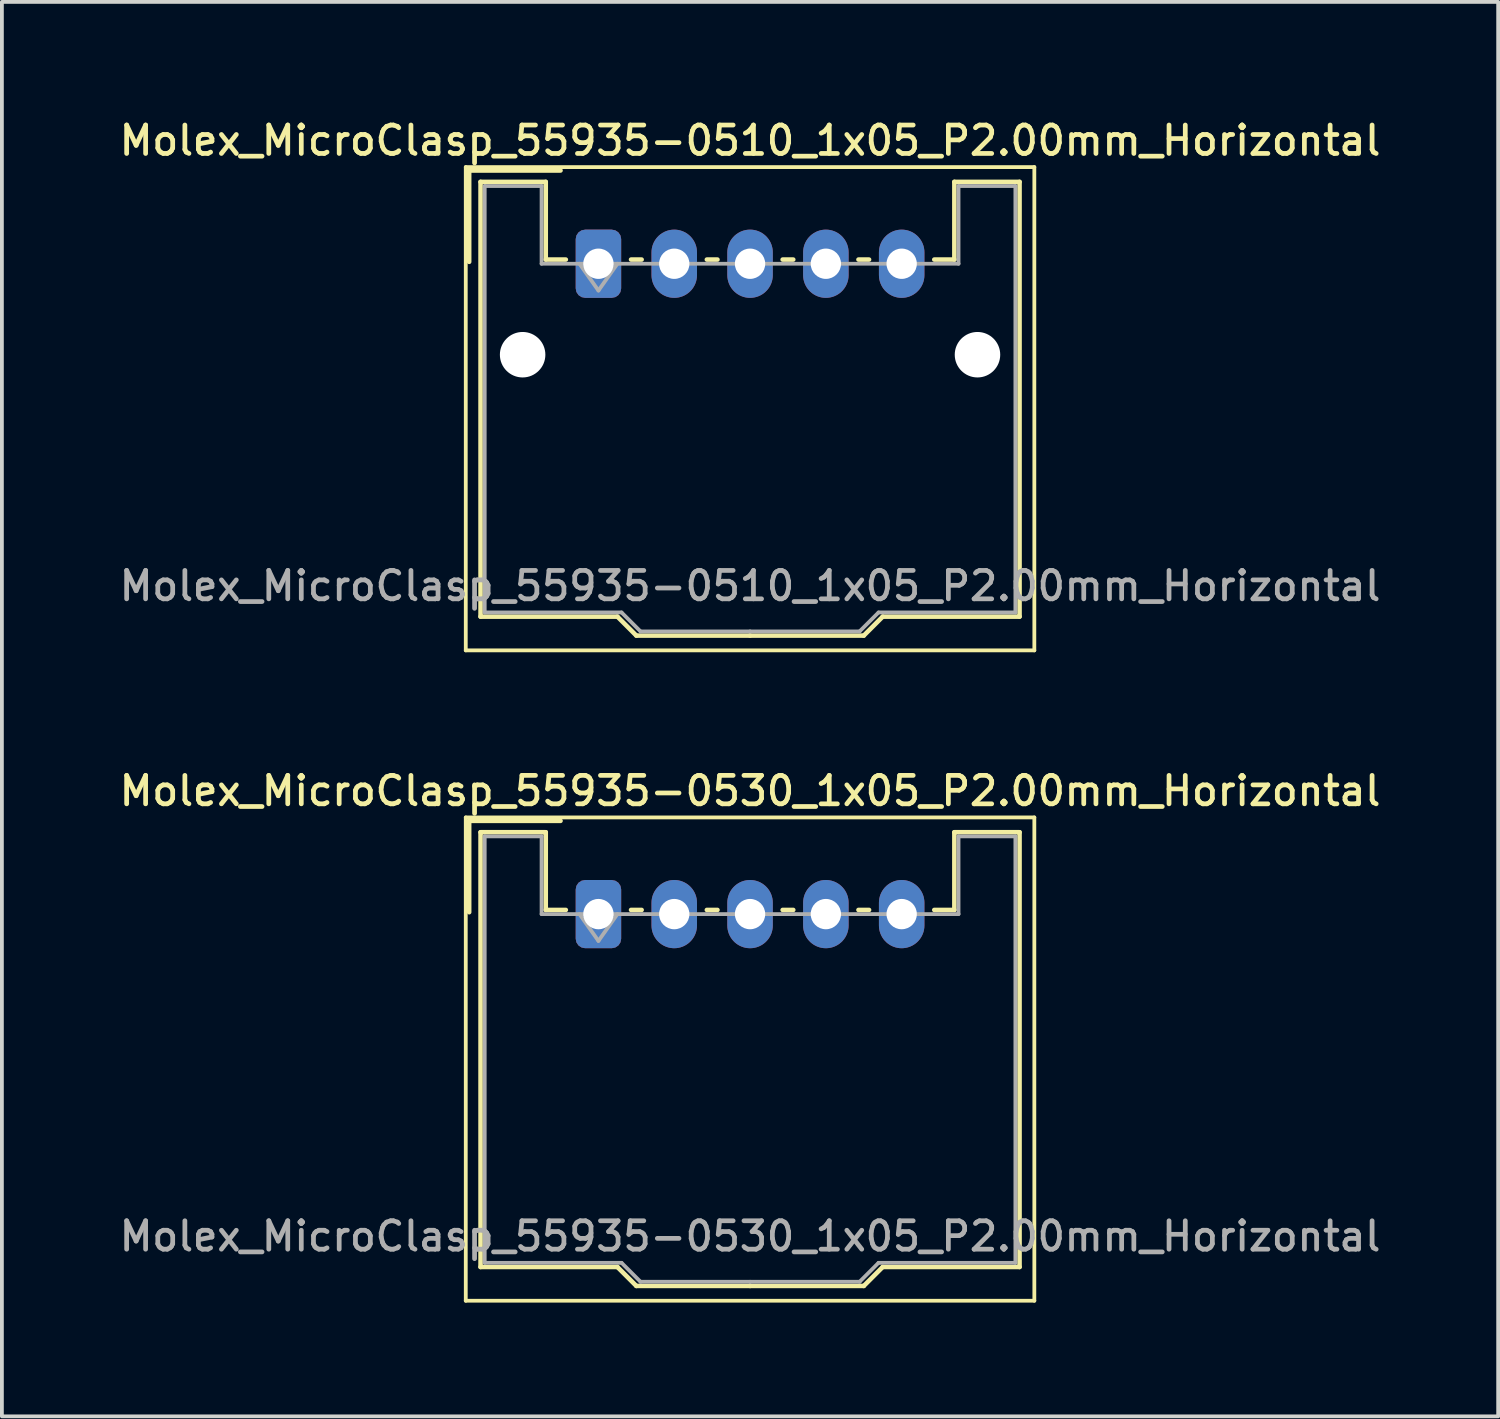
<source format=kicad_pcb>
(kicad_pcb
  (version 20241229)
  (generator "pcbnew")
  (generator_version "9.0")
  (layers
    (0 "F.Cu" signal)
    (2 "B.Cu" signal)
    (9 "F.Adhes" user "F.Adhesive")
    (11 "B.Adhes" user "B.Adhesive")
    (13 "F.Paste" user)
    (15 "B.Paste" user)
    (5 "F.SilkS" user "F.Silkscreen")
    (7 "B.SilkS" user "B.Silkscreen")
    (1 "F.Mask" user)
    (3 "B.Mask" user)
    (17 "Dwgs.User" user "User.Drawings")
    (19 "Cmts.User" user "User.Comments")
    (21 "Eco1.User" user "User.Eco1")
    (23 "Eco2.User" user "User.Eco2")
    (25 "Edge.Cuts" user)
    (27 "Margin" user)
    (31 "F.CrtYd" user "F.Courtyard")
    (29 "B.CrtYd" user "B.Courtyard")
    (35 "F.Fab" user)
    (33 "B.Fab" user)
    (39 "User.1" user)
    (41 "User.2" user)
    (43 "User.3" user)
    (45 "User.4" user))
  (footprint "Molex_MicroClasp_55935-0510_1x05_P2.00mm_Horizontal"
    (layer "F.Cu")
    (at 12.738 3.908)
    (property "Reference" "Molex_MicroClasp_55935-0510_1x05_P2.00mm_Horizontal" (at 4 -3.25 0) (layer "F.SilkS") (effects (font (size 0.75 0.75) (thickness 0.125))))
    (attr through_hole)
    (fp_line (start -3.5 -2.55) (end -3.5 10.2) (stroke (width 0.1) (type solid)) (layer "F.SilkS"))
    (fp_line (start -3.5 10.2) (end 11.5 10.2) (stroke (width 0.1) (type solid)) (layer "F.SilkS"))
    (fp_line (start -3.41 -2.46) (end -1 -2.46) (stroke (width 0.12) (type solid)) (layer "F.SilkS"))
    (fp_line (start -3.41 -0.05) (end -3.41 -2.46) (stroke (width 0.12) (type solid)) (layer "F.SilkS"))
    (fp_line (start -3.11 -2.16) (end -1.39 -2.16) (stroke (width 0.12) (type solid)) (layer "F.SilkS"))
    (fp_line (start -3.11 9.31) (end -3.11 -2.16) (stroke (width 0.12) (type solid)) (layer "F.SilkS"))
    (fp_line (start -1.39 -2.16) (end -1.39 -0.11) (stroke (width 0.12) (type solid)) (layer "F.SilkS"))
    (fp_line (start -1.39 -0.11) (end -0.86 -0.11) (stroke (width 0.12) (type solid)) (layer "F.SilkS"))
    (fp_line (start 0.5 9.31) (end -3.11 9.31) (stroke (width 0.12) (type solid)) (layer "F.SilkS"))
    (fp_line (start 0.86 -0.11) (end 1.14 -0.11) (stroke (width 0.12) (type solid)) (layer "F.SilkS"))
    (fp_line (start 1 9.81) (end 0.5 9.31) (stroke (width 0.12) (type solid)) (layer "F.SilkS"))
    (fp_line (start 2.86 -0.11) (end 3.14 -0.11) (stroke (width 0.12) (type solid)) (layer "F.SilkS"))
    (fp_line (start 4 9.81) (end 1 9.81) (stroke (width 0.12) (type solid)) (layer "F.SilkS"))
    (fp_line (start 4 9.81) (end 7 9.81) (stroke (width 0.12) (type solid)) (layer "F.SilkS"))
    (fp_line (start 4.86 -0.11) (end 5.14 -0.11) (stroke (width 0.12) (type solid)) (layer "F.SilkS"))
    (fp_line (start 6.86 -0.11) (end 7.14 -0.11) (stroke (width 0.12) (type solid)) (layer "F.SilkS"))
    (fp_line (start 7 9.81) (end 7.5 9.31) (stroke (width 0.12) (type solid)) (layer "F.SilkS"))
    (fp_line (start 7.5 9.31) (end 11.11 9.31) (stroke (width 0.12) (type solid)) (layer "F.SilkS"))
    (fp_line (start 9.39 -2.16) (end 9.39 -0.11) (stroke (width 0.12) (type solid)) (layer "F.SilkS"))
    (fp_line (start 9.39 -0.11) (end 8.86 -0.11) (stroke (width 0.12) (type solid)) (layer "F.SilkS"))
    (fp_line (start 11.11 -2.16) (end 9.39 -2.16) (stroke (width 0.12) (type solid)) (layer "F.SilkS"))
    (fp_line (start 11.11 9.31) (end 11.11 -2.16) (stroke (width 0.12) (type solid)) (layer "F.SilkS"))
    (fp_line (start 11.5 -2.55) (end -3.5 -2.55) (stroke (width 0.1) (type solid)) (layer "F.SilkS"))
    (fp_line (start 11.5 10.2) (end 11.5 -2.55) (stroke (width 0.1) (type solid)) (layer "F.SilkS"))
    (fp_line (start -3 -2.05) (end -1.5 -2.05) (stroke (width 0.1) (type solid)) (layer "F.Fab"))
    (fp_line (start -3 9.2) (end -3 -2.05) (stroke (width 0.1) (type solid)) (layer "F.Fab"))
    (fp_line (start -1.5 -2.05) (end -1.5 0) (stroke (width 0.1) (type solid)) (layer "F.Fab"))
    (fp_line (start -1.5 0) (end 4 0) (stroke (width 0.1) (type solid)) (layer "F.Fab"))
    (fp_line (start -0.5 0) (end 0 0.707) (stroke (width 0.1) (type solid)) (layer "F.Fab"))
    (fp_line (start 0 0.707) (end 0.5 0) (stroke (width 0.1) (type solid)) (layer "F.Fab"))
    (fp_line (start 0.61 9.2) (end -3 9.2) (stroke (width 0.1) (type solid)) (layer "F.Fab"))
    (fp_line (start 1.11 9.7) (end 0.61 9.2) (stroke (width 0.1) (type solid)) (layer "F.Fab"))
    (fp_line (start 4 9.7) (end 1.11 9.7) (stroke (width 0.1) (type solid)) (layer "F.Fab"))
    (fp_line (start 4 9.7) (end 6.89 9.7) (stroke (width 0.1) (type solid)) (layer "F.Fab"))
    (fp_line (start 6.89 9.7) (end 7.39 9.2) (stroke (width 0.1) (type solid)) (layer "F.Fab"))
    (fp_line (start 7.39 9.2) (end 11 9.2) (stroke (width 0.1) (type solid)) (layer "F.Fab"))
    (fp_line (start 9.5 -2.05) (end 9.5 0) (stroke (width 0.1) (type solid)) (layer "F.Fab"))
    (fp_line (start 9.5 0) (end 4 0) (stroke (width 0.1) (type solid)) (layer "F.Fab"))
    (fp_line (start 11 -2.05) (end 9.5 -2.05) (stroke (width 0.1) (type solid)) (layer "F.Fab"))
    (fp_line (start 11 9.2) (end 11 -2.05) (stroke (width 0.1) (type solid)) (layer "F.Fab"))
    (fp_text user "${REFERENCE}" (at 4 8.5 0) (layer "F.Fab") (effects (font (size 0.75 0.75) (thickness 0.125))))
    (pad "" np_thru_hole circle (at -2 2.4) (size 1.2 1.2) (drill 1.2) (layers "*.Cu" "*.Mask"))
    (pad "" np_thru_hole circle (at 10 2.4) (size 1.2 1.2) (drill 1.2) (layers "*.Cu" "*.Mask"))
    (pad "1" thru_hole roundrect (at 0 0) (size 1.2 1.8) (drill 0.8) (layers "*.Cu" "*.Mask") (roundrect_rratio 0.208))
    (pad "2" thru_hole oval (at 2 0) (size 1.2 1.8) (drill 0.8) (layers "*.Cu" "*.Mask"))
    (pad "3" thru_hole oval (at 4 0) (size 1.2 1.8) (drill 0.8) (layers "*.Cu" "*.Mask"))
    (pad "4" thru_hole oval (at 6 0) (size 1.2 1.8) (drill 0.8) (layers "*.Cu" "*.Mask"))
    (pad "5" thru_hole oval (at 8 0) (size 1.2 1.8) (drill 0.8) (layers "*.Cu" "*.Mask")))
  (footprint "Molex_MicroClasp_55935-0530_1x05_P2.00mm_Horizontal"
    (layer "F.Cu")
    (at 12.738 21.066)
    (property "Reference" "Molex_MicroClasp_55935-0530_1x05_P2.00mm_Horizontal" (at 4 -3.25 0) (layer "F.SilkS") (effects (font (size 0.75 0.75) (thickness 0.125))))
    (attr through_hole)
    (fp_line (start -3.5 -2.55) (end -3.5 10.2) (stroke (width 0.1) (type solid)) (layer "F.SilkS"))
    (fp_line (start -3.5 10.2) (end 11.5 10.2) (stroke (width 0.1) (type solid)) (layer "F.SilkS"))
    (fp_line (start -3.41 -2.46) (end -1 -2.46) (stroke (width 0.12) (type solid)) (layer "F.SilkS"))
    (fp_line (start -3.41 -0.05) (end -3.41 -2.46) (stroke (width 0.12) (type solid)) (layer "F.SilkS"))
    (fp_line (start -3.11 -2.16) (end -1.39 -2.16) (stroke (width 0.12) (type solid)) (layer "F.SilkS"))
    (fp_line (start -3.11 9.31) (end -3.11 -2.16) (stroke (width 0.12) (type solid)) (layer "F.SilkS"))
    (fp_line (start -1.39 -2.16) (end -1.39 -0.11) (stroke (width 0.12) (type solid)) (layer "F.SilkS"))
    (fp_line (start -1.39 -0.11) (end -0.86 -0.11) (stroke (width 0.12) (type solid)) (layer "F.SilkS"))
    (fp_line (start 0.5 9.31) (end -3.11 9.31) (stroke (width 0.12) (type solid)) (layer "F.SilkS"))
    (fp_line (start 0.86 -0.11) (end 1.14 -0.11) (stroke (width 0.12) (type solid)) (layer "F.SilkS"))
    (fp_line (start 1 9.81) (end 0.5 9.31) (stroke (width 0.12) (type solid)) (layer "F.SilkS"))
    (fp_line (start 2.86 -0.11) (end 3.14 -0.11) (stroke (width 0.12) (type solid)) (layer "F.SilkS"))
    (fp_line (start 4 9.81) (end 1 9.81) (stroke (width 0.12) (type solid)) (layer "F.SilkS"))
    (fp_line (start 4 9.81) (end 7 9.81) (stroke (width 0.12) (type solid)) (layer "F.SilkS"))
    (fp_line (start 4.86 -0.11) (end 5.14 -0.11) (stroke (width 0.12) (type solid)) (layer "F.SilkS"))
    (fp_line (start 6.86 -0.11) (end 7.14 -0.11) (stroke (width 0.12) (type solid)) (layer "F.SilkS"))
    (fp_line (start 7 9.81) (end 7.5 9.31) (stroke (width 0.12) (type solid)) (layer "F.SilkS"))
    (fp_line (start 7.5 9.31) (end 11.11 9.31) (stroke (width 0.12) (type solid)) (layer "F.SilkS"))
    (fp_line (start 9.39 -2.16) (end 9.39 -0.11) (stroke (width 0.12) (type solid)) (layer "F.SilkS"))
    (fp_line (start 9.39 -0.11) (end 8.86 -0.11) (stroke (width 0.12) (type solid)) (layer "F.SilkS"))
    (fp_line (start 11.11 -2.16) (end 9.39 -2.16) (stroke (width 0.12) (type solid)) (layer "F.SilkS"))
    (fp_line (start 11.11 9.31) (end 11.11 -2.16) (stroke (width 0.12) (type solid)) (layer "F.SilkS"))
    (fp_line (start 11.5 -2.55) (end -3.5 -2.55) (stroke (width 0.1) (type solid)) (layer "F.SilkS"))
    (fp_line (start 11.5 10.2) (end 11.5 -2.55) (stroke (width 0.1) (type solid)) (layer "F.SilkS"))
    (fp_line (start -3 -2.05) (end -1.5 -2.05) (stroke (width 0.1) (type solid)) (layer "F.Fab"))
    (fp_line (start -3 9.2) (end -3 -2.05) (stroke (width 0.1) (type solid)) (layer "F.Fab"))
    (fp_line (start -1.5 -2.05) (end -1.5 0) (stroke (width 0.1) (type solid)) (layer "F.Fab"))
    (fp_line (start -1.5 0) (end 4 0) (stroke (width 0.1) (type solid)) (layer "F.Fab"))
    (fp_line (start -0.5 0) (end 0 0.707) (stroke (width 0.1) (type solid)) (layer "F.Fab"))
    (fp_line (start 0 0.707) (end 0.5 0) (stroke (width 0.1) (type solid)) (layer "F.Fab"))
    (fp_line (start 0.61 9.2) (end -3 9.2) (stroke (width 0.1) (type solid)) (layer "F.Fab"))
    (fp_line (start 1.11 9.7) (end 0.61 9.2) (stroke (width 0.1) (type solid)) (layer "F.Fab"))
    (fp_line (start 4 9.7) (end 1.11 9.7) (stroke (width 0.1) (type solid)) (layer "F.Fab"))
    (fp_line (start 4 9.7) (end 6.89 9.7) (stroke (width 0.1) (type solid)) (layer "F.Fab"))
    (fp_line (start 6.89 9.7) (end 7.39 9.2) (stroke (width 0.1) (type solid)) (layer "F.Fab"))
    (fp_line (start 7.39 9.2) (end 11 9.2) (stroke (width 0.1) (type solid)) (layer "F.Fab"))
    (fp_line (start 9.5 -2.05) (end 9.5 0) (stroke (width 0.1) (type solid)) (layer "F.Fab"))
    (fp_line (start 9.5 0) (end 4 0) (stroke (width 0.1) (type solid)) (layer "F.Fab"))
    (fp_line (start 11 -2.05) (end 9.5 -2.05) (stroke (width 0.1) (type solid)) (layer "F.Fab"))
    (fp_line (start 11 9.2) (end 11 -2.05) (stroke (width 0.1) (type solid)) (layer "F.Fab"))
    (fp_text user "${REFERENCE}" (at 4 8.5 0) (layer "F.Fab") (effects (font (size 0.75 0.75) (thickness 0.125))))
    (pad "1" thru_hole roundrect (at 0 0) (size 1.2 1.8) (drill 0.8) (layers "*.Cu" "*.Mask") (roundrect_rratio 0.208))
    (pad "2" thru_hole oval (at 2 0) (size 1.2 1.8) (drill 0.8) (layers "*.Cu" "*.Mask"))
    (pad "3" thru_hole oval (at 4 0) (size 1.2 1.8) (drill 0.8) (layers "*.Cu" "*.Mask"))
    (pad "4" thru_hole oval (at 6 0) (size 1.2 1.8) (drill 0.8) (layers "*.Cu" "*.Mask"))
    (pad "5" thru_hole oval (at 8 0) (size 1.2 1.8) (drill 0.8) (layers "*.Cu" "*.Mask")))
  (gr_rect
    (start -3 -3)
    (end 36.475 34.316)
    (stroke (width 0.1) (type default))
    (fill no)
    (layer "Edge.Cuts")))
</source>
